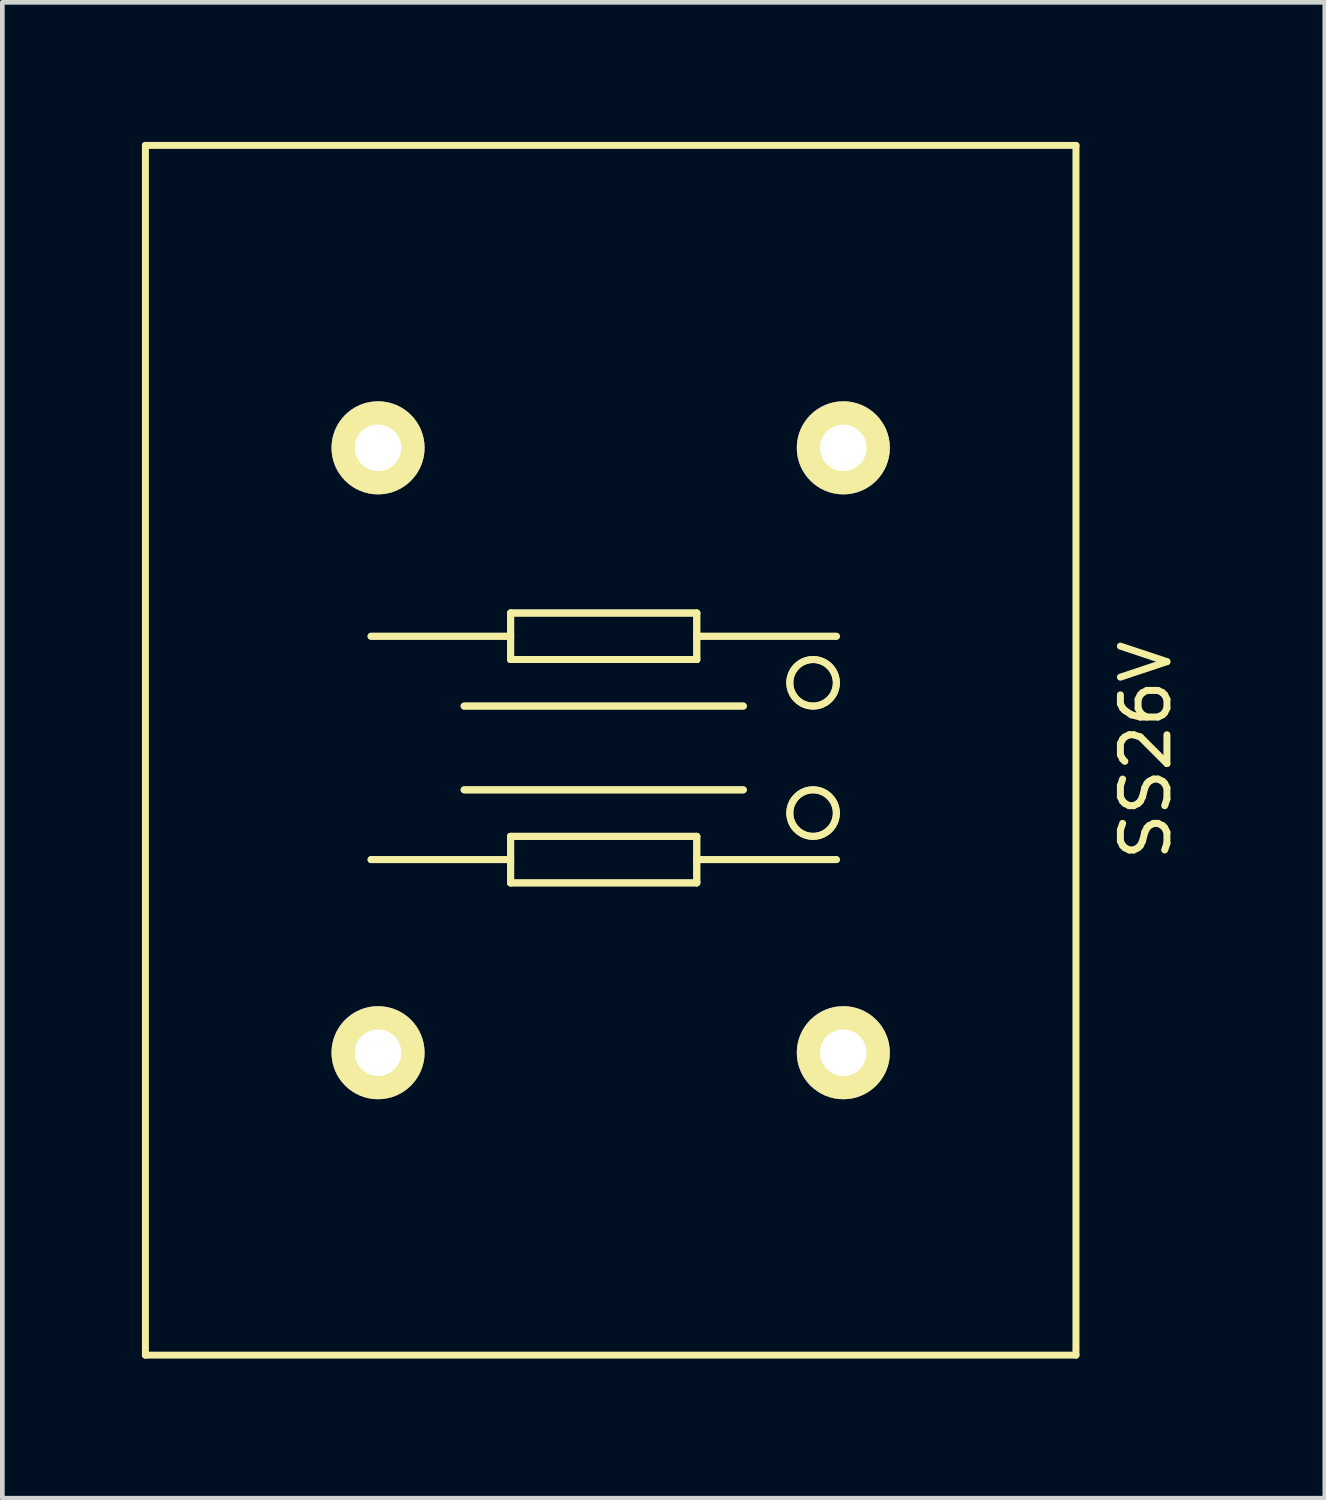
<source format=kicad_pcb>
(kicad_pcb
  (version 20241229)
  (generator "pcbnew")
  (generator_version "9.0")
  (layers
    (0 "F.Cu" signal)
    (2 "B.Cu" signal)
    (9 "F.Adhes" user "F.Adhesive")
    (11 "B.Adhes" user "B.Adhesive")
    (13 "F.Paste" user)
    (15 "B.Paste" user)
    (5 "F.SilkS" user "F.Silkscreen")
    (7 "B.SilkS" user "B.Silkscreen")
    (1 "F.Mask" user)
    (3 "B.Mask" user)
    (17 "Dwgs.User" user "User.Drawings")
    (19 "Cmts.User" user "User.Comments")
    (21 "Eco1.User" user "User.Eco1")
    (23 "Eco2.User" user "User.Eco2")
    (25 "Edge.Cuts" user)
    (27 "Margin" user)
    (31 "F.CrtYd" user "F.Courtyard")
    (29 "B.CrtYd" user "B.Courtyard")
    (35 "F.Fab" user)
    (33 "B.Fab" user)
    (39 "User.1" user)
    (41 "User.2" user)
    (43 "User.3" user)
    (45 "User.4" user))
  (footprint "SS26V"
    (layer "F.Cu")
    (at 10.075 13.075)
    (property "Reference" "SS26V" (at 11.5 0 90) (layer "F.SilkS") (effects (font (size 1 1) (thickness 0.15))))
    (attr through_hole)
    (fp_line (start -10 -13) (end 10 -13) (stroke (width 0.15) (type solid)) (layer "F.SilkS"))
    (fp_line (start -10 13) (end -10 -13) (stroke (width 0.15) (type solid)) (layer "F.SilkS"))
    (fp_line (start -2.15 -2.95) (end -2.15 -1.95) (stroke (width 0.15) (type solid)) (layer "F.SilkS"))
    (fp_line (start -2.15 -2.95) (end -2.15 -1.95) (stroke (width 0.15) (type solid)) (layer "F.SilkS"))
    (fp_line (start -2.15 -2.95) (end 1.85 -2.95) (stroke (width 0.15) (type solid)) (layer "F.SilkS"))
    (fp_line (start -2.15 -2.95) (end 1.85 -2.95) (stroke (width 0.15) (type solid)) (layer "F.SilkS"))
    (fp_line (start -2.15 -2.45) (end -5.15 -2.45) (stroke (width 0.15) (type solid)) (layer "F.SilkS"))
    (fp_line (start -2.15 -2.45) (end -5.15 -2.45) (stroke (width 0.15) (type solid)) (layer "F.SilkS"))
    (fp_line (start -2.15 2.35) (end -5.15 2.35) (stroke (width 0.15) (type solid)) (layer "F.SilkS"))
    (fp_line (start -2.15 2.35) (end -5.15 2.35) (stroke (width 0.15) (type solid)) (layer "F.SilkS"))
    (fp_line (start -2.15 2.85) (end -2.15 1.85) (stroke (width 0.15) (type solid)) (layer "F.SilkS"))
    (fp_line (start -2.15 2.85) (end -2.15 1.85) (stroke (width 0.15) (type solid)) (layer "F.SilkS"))
    (fp_line (start -2.15 2.85) (end 1.85 2.85) (stroke (width 0.15) (type solid)) (layer "F.SilkS"))
    (fp_line (start -2.15 2.85) (end 1.85 2.85) (stroke (width 0.15) (type solid)) (layer "F.SilkS"))
    (fp_line (start 1.85 -2.95) (end 1.85 -2.45) (stroke (width 0.15) (type solid)) (layer "F.SilkS"))
    (fp_line (start 1.85 -2.95) (end 1.85 -2.45) (stroke (width 0.15) (type solid)) (layer "F.SilkS"))
    (fp_line (start 1.85 -2.45) (end 1.85 -1.95) (stroke (width 0.15) (type solid)) (layer "F.SilkS"))
    (fp_line (start 1.85 -2.45) (end 1.85 -1.95) (stroke (width 0.15) (type solid)) (layer "F.SilkS"))
    (fp_line (start 1.85 -1.95) (end -2.15 -1.95) (stroke (width 0.15) (type solid)) (layer "F.SilkS"))
    (fp_line (start 1.85 -1.95) (end -2.15 -1.95) (stroke (width 0.15) (type solid)) (layer "F.SilkS"))
    (fp_line (start 1.85 1.85) (end -2.15 1.85) (stroke (width 0.15) (type solid)) (layer "F.SilkS"))
    (fp_line (start 1.85 1.85) (end -2.15 1.85) (stroke (width 0.15) (type solid)) (layer "F.SilkS"))
    (fp_line (start 1.85 2.35) (end 1.85 1.85) (stroke (width 0.15) (type solid)) (layer "F.SilkS"))
    (fp_line (start 1.85 2.35) (end 1.85 1.85) (stroke (width 0.15) (type solid)) (layer "F.SilkS"))
    (fp_line (start 1.85 2.85) (end 1.85 2.35) (stroke (width 0.15) (type solid)) (layer "F.SilkS"))
    (fp_line (start 1.85 2.85) (end 1.85 2.35) (stroke (width 0.15) (type solid)) (layer "F.SilkS"))
    (fp_line (start 2.85 -0.95) (end -3.15 -0.95) (stroke (width 0.15) (type solid)) (layer "F.SilkS"))
    (fp_line (start 2.85 -0.95) (end -3.15 -0.95) (stroke (width 0.15) (type solid)) (layer "F.SilkS"))
    (fp_line (start 2.85 0.85) (end -3.15 0.85) (stroke (width 0.15) (type solid)) (layer "F.SilkS"))
    (fp_line (start 2.85 0.85) (end -3.15 0.85) (stroke (width 0.15) (type solid)) (layer "F.SilkS"))
    (fp_line (start 4.85 -2.45) (end 1.85 -2.45) (stroke (width 0.15) (type solid)) (layer "F.SilkS"))
    (fp_line (start 4.85 -2.45) (end 1.85 -2.45) (stroke (width 0.15) (type solid)) (layer "F.SilkS"))
    (fp_line (start 4.85 2.35) (end 1.85 2.35) (stroke (width 0.15) (type solid)) (layer "F.SilkS"))
    (fp_line (start 4.85 2.35) (end 1.85 2.35) (stroke (width 0.15) (type solid)) (layer "F.SilkS"))
    (fp_line (start 10 -13) (end 10 13) (stroke (width 0.15) (type solid)) (layer "F.SilkS"))
    (fp_line (start 10 13) (end -10 13) (stroke (width 0.15) (type solid)) (layer "F.SilkS"))
    (fp_circle (center 4.35 -1.45) (end 3.85 -1.45) (stroke (width 0.15) (type solid)) (fill no) (layer "F.SilkS"))
    (fp_circle (center 4.35 -1.45) (end 3.85 -1.45) (stroke (width 0.15) (type solid)) (fill no) (layer "F.SilkS"))
    (fp_circle (center 4.35 1.35) (end 3.85 1.35) (stroke (width 0.15) (type solid)) (fill no) (layer "F.SilkS"))
    (fp_circle (center 4.35 1.35) (end 3.85 1.35) (stroke (width 0.15) (type solid)) (fill no) (layer "F.SilkS"))
    (pad "1" thru_hole circle (at -5 -6.5) (size 2 2) (drill 1) (layers "*.Cu" "*.Mask" "F.SilkS"))
    (pad "2" thru_hole circle (at -5 6.5) (size 2 2) (drill 1) (layers "*.Cu" "*.Mask" "F.SilkS"))
    (pad "3" thru_hole circle (at 5 -6.5) (size 2 2) (drill 1) (layers "*.Cu" "*.Mask" "F.SilkS"))
    (pad "4" thru_hole circle (at 5 6.5) (size 2 2) (drill 1) (layers "*.Cu" "*.Mask" "F.SilkS")))
  (gr_rect
    (start -3 -3)
    (end 25.423 29.15)
    (stroke (width 0.1) (type default))
    (fill no)
    (layer "Edge.Cuts")))
</source>
